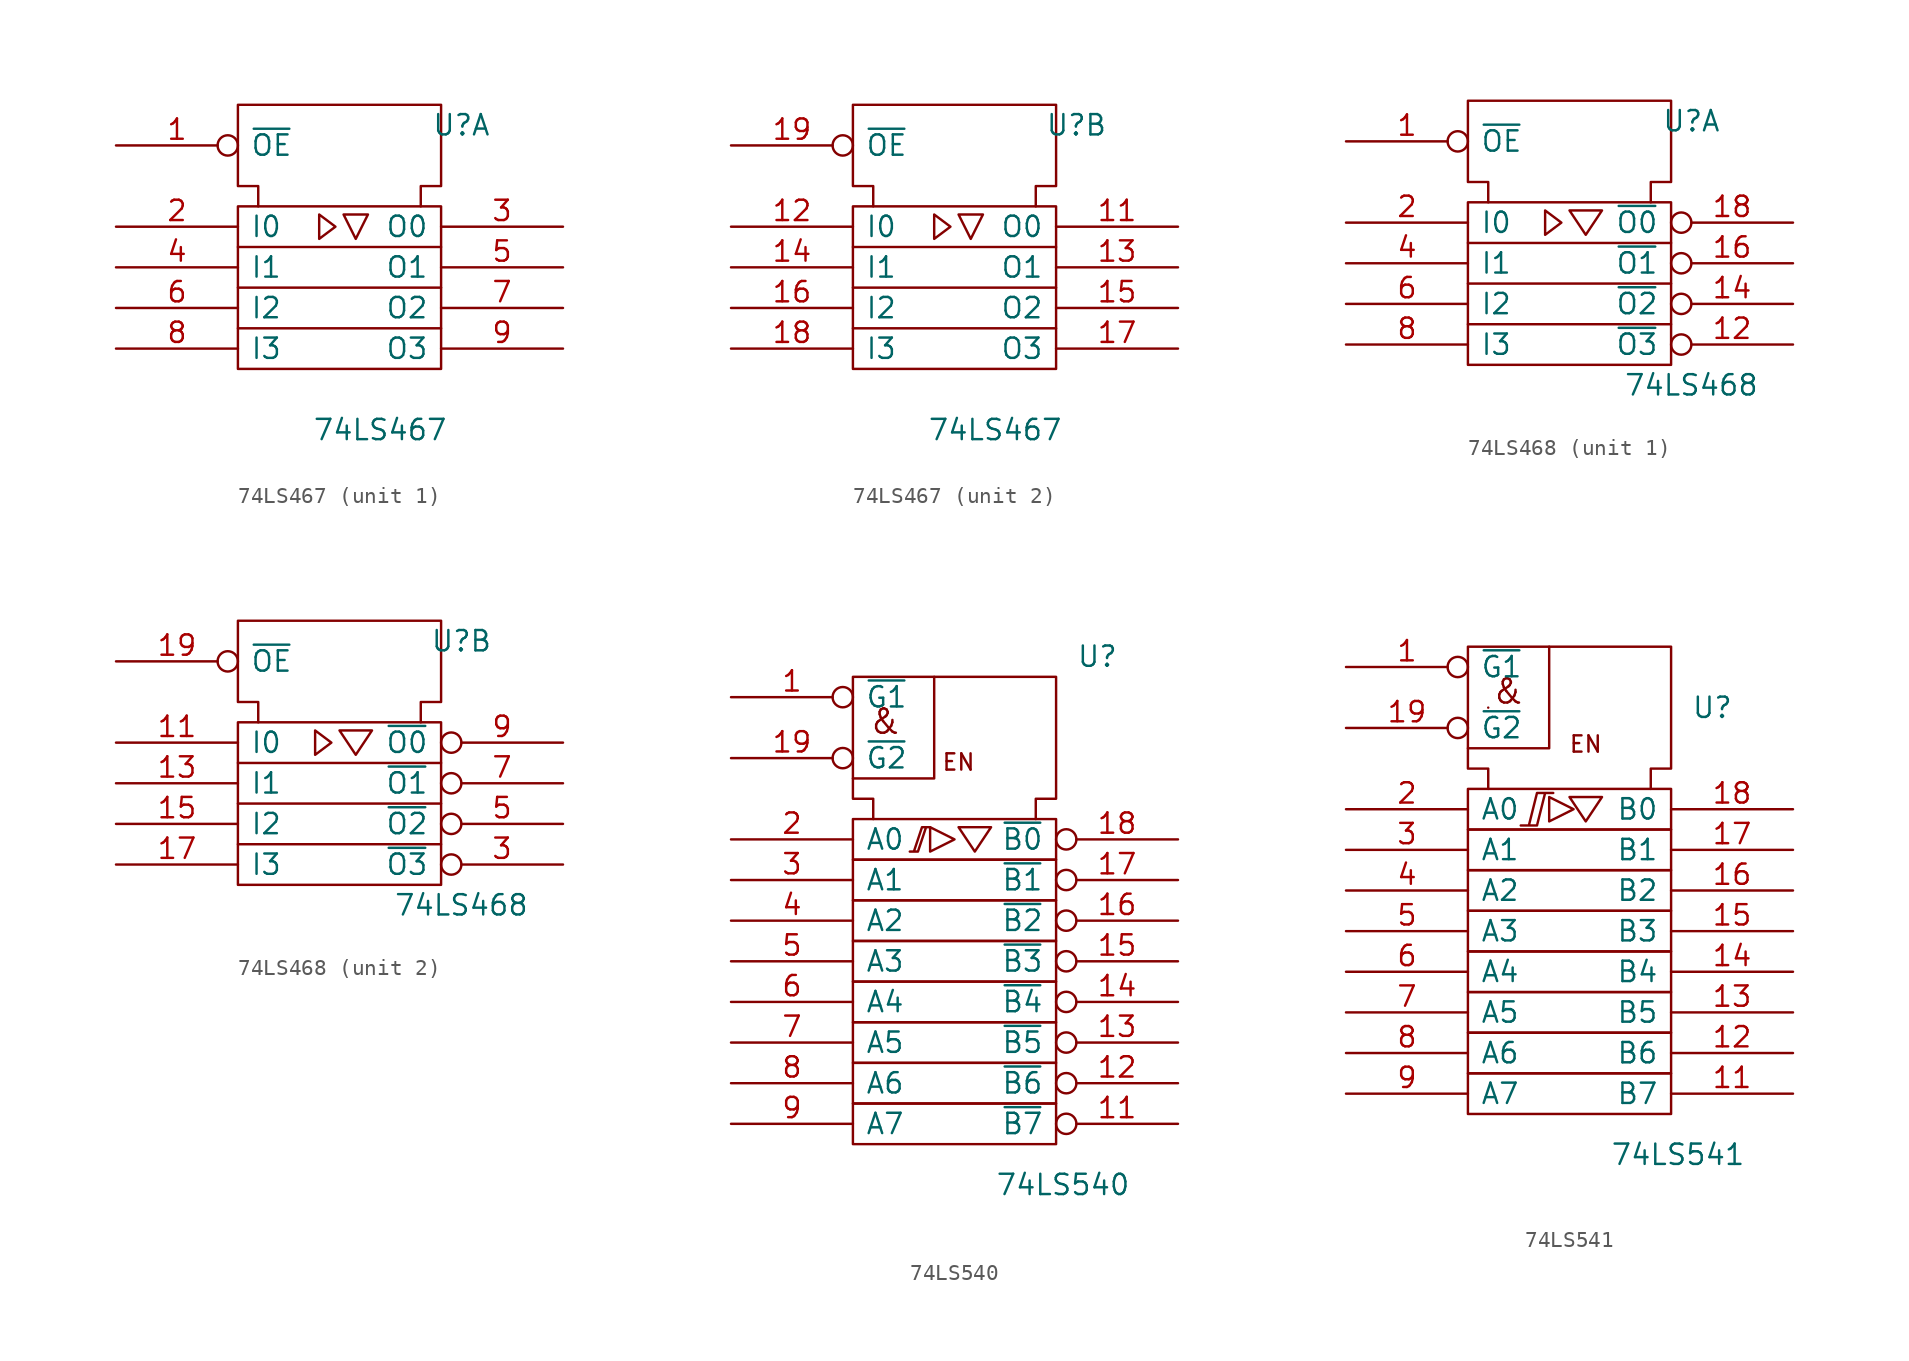
<source format=kicad_sym>
(kicad_symbol_lib
  (version 20201005)
  (generator kicad_symbol_editor)
  (symbol "74LS467"
    (pin_names
      (offset 0.762))
    (property "Reference" "U"
      (at 7.62 8.89 0)
      (effects (font (size 1.27 1.27))))
    (property "Value" "74LS467"
      (at 2.54 -10.16 0)
      (effects (font (size 1.27 1.27))))
    (symbol "74LS467_0_0"
      (polyline (pts (xy 0.254 3.302) (xy 1.778 3.302) (xy 1.016 1.778) (xy 0.254 3.302) (xy 0.254 3.302)) (stroke (width 0)) (fill (type none)))
      (pin power_in line (at 1.27 10.16 270) (length 0) hide (name "GND" (effects (font (size 1.27 1.27)))) (number "10" (effects (font (size 1.27 1.27)))))
      (pin power_in line (at 5.08 10.16 270) (length 0) hide (name "VCC" (effects (font (size 1.27 1.27)))) (number "20" (effects (font (size 1.27 1.27))))))
    (symbol "74LS467_0_1"
      (rectangle (start -6.35 3.81) (end 6.35 -6.35) (stroke (width 0)) (fill (type none)))
      (polyline (pts (xy -6.35 -1.27) (xy 6.35 -1.27) (xy 6.35 -1.27)) (stroke (width 0)) (fill (type none)))
      (polyline (pts (xy 6.35 1.27) (xy -6.35 1.27) (xy -6.35 1.27)) (stroke (width 0)) (fill (type none)))
      (polyline (pts (xy -5.08 3.81) (xy -5.08 5.08) (xy -6.35 5.08) (xy -6.35 10.16) (xy 6.35 10.16) (xy 6.35 5.08) (xy 5.08 5.08) (xy 5.08 3.81) (xy 5.08 3.81)) (stroke (width 0)) (fill (type none)))
      (polyline (pts (xy -1.27 3.302) (xy -1.27 1.778) (xy -0.254 2.54) (xy -1.27 3.302) (xy -1.27 3.302)) (stroke (width 0)) (fill (type none)))
      (polyline (pts (xy 6.35 -3.81) (xy -6.35 -3.81) (xy -6.35 -3.81)) (stroke (width 0)) (fill (type none))))
    (symbol "74LS467_1_1"
      (pin tri_state line (at 13.97 -5.08 180) (length 7.62) (name "O3" (effects (font (size 1.27 1.27)))) (number "9" (effects (font (size 1.27 1.27)))))
      (pin tri_state line (at 13.97 -2.54 180) (length 7.62) (name "O2" (effects (font (size 1.27 1.27)))) (number "7" (effects (font (size 1.27 1.27)))))
      (pin tri_state line (at 13.97 0 180) (length 7.62) (name "O1" (effects (font (size 1.27 1.27)))) (number "5" (effects (font (size 1.27 1.27)))))
      (pin tri_state line (at 13.97 2.54 180) (length 7.62) (name "O0" (effects (font (size 1.27 1.27)))) (number "3" (effects (font (size 1.27 1.27)))))
      (pin input line (at -13.97 -5.08 0) (length 7.62) (name "I3" (effects (font (size 1.27 1.27)))) (number "8" (effects (font (size 1.27 1.27)))))
      (pin input line (at -13.97 -2.54 0) (length 7.62) (name "I2" (effects (font (size 1.27 1.27)))) (number "6" (effects (font (size 1.27 1.27)))))
      (pin input line (at -13.97 0 0) (length 7.62) (name "I1" (effects (font (size 1.27 1.27)))) (number "4" (effects (font (size 1.27 1.27)))))
      (pin input line (at -13.97 2.54 0) (length 7.62) (name "I0" (effects (font (size 1.27 1.27)))) (number "2" (effects (font (size 1.27 1.27)))))
      (pin input inverted (at -13.97 7.62 0) (length 7.62) (name "~OE" (effects (font (size 1.27 1.27)))) (number "1" (effects (font (size 1.27 1.27))))))
    (symbol "74LS467_2_1"
      (pin tri_state line (at 13.97 -5.08 180) (length 7.62) (name "O3" (effects (font (size 1.27 1.27)))) (number "17" (effects (font (size 1.27 1.27)))))
      (pin tri_state line (at 13.97 -2.54 180) (length 7.62) (name "O2" (effects (font (size 1.27 1.27)))) (number "15" (effects (font (size 1.27 1.27)))))
      (pin tri_state line (at 13.97 0 180) (length 7.62) (name "O1" (effects (font (size 1.27 1.27)))) (number "13" (effects (font (size 1.27 1.27)))))
      (pin tri_state line (at 13.97 2.54 180) (length 7.62) (name "O0" (effects (font (size 1.27 1.27)))) (number "11" (effects (font (size 1.27 1.27)))))
      (pin input line (at -13.97 -5.08 0) (length 7.62) (name "I3" (effects (font (size 1.27 1.27)))) (number "18" (effects (font (size 1.27 1.27)))))
      (pin input line (at -13.97 -2.54 0) (length 7.62) (name "I2" (effects (font (size 1.27 1.27)))) (number "16" (effects (font (size 1.27 1.27)))))
      (pin input line (at -13.97 0 0) (length 7.62) (name "I1" (effects (font (size 1.27 1.27)))) (number "14" (effects (font (size 1.27 1.27)))))
      (pin input line (at -13.97 2.54 0) (length 7.62) (name "I0" (effects (font (size 1.27 1.27)))) (number "12" (effects (font (size 1.27 1.27)))))
      (pin input inverted (at -13.97 7.62 0) (length 7.62) (name "~OE" (effects (font (size 1.27 1.27)))) (number "19" (effects (font (size 1.27 1.27)))))))
  (symbol "74LS468"
    (pin_names
      (offset 0.762))
    (property "Reference" "U"
      (at 7.62 8.89 0)
      (effects (font (size 1.27 1.27))))
    (property "Value" "74LS468"
      (at 7.62 -7.62 0)
      (effects (font (size 1.27 1.27))))
    (symbol "74LS468_0_0"
      (polyline (pts (xy 0.254 3.302) (xy 2.032 3.302) (xy 1.016 1.778) (xy 0 3.302) (xy 0.254 3.302) (xy 0.254 3.302)) (stroke (width 0)) (fill (type none)))
      (polyline (pts (xy -1.524 3.302) (xy -1.524 1.778) (xy -0.508 2.54) (xy -1.524 3.302) (xy -1.524 3.302)) (stroke (width 0)) (fill (type none))))
    (symbol "74LS468_0_1"
      (rectangle (start -6.35 3.81) (end 6.35 -6.35) (stroke (width 0)) (fill (type none)))
      (polyline (pts (xy -6.35 -3.81) (xy 6.35 -3.81) (xy 6.35 -3.81)) (stroke (width 0)) (fill (type none)))
      (polyline (pts (xy -6.35 1.27) (xy 6.35 1.27) (xy 6.35 1.27)) (stroke (width 0)) (fill (type none)))
      (polyline (pts (xy -5.08 3.81) (xy -5.08 5.08) (xy -6.35 5.08) (xy -6.35 10.16) (xy 6.35 10.16) (xy 6.35 5.08) (xy 5.08 5.08) (xy 5.08 3.81) (xy 5.08 3.81)) (stroke (width 0)) (fill (type none)))
      (polyline (pts (xy -6.35 -1.27) (xy 6.35 -1.27) (xy 6.35 -1.27)) (stroke (width 0)) (fill (type none)))
      (pin power_in line (at 1.27 10.16 270) (length 0) hide (name "GND" (effects (font (size 1.27 1.27)))) (number "10" (effects (font (size 1.27 1.27)))))
      (pin power_in line (at 5.08 10.16 270) (length 0) hide (name "VCC" (effects (font (size 1.27 1.27)))) (number "20" (effects (font (size 1.27 1.27))))))
    (symbol "74LS468_1_1"
      (pin tri_state inverted (at 13.97 -5.08 180) (length 7.62) (name "~O3" (effects (font (size 1.27 1.27)))) (number "12" (effects (font (size 1.27 1.27)))))
      (pin tri_state inverted (at 13.97 -2.54 180) (length 7.62) (name "~O2" (effects (font (size 1.27 1.27)))) (number "14" (effects (font (size 1.27 1.27)))))
      (pin tri_state inverted (at 13.97 0 180) (length 7.62) (name "~O1" (effects (font (size 1.27 1.27)))) (number "16" (effects (font (size 1.27 1.27)))))
      (pin tri_state inverted (at 13.97 2.54 180) (length 7.62) (name "~O0" (effects (font (size 1.27 1.27)))) (number "18" (effects (font (size 1.27 1.27)))))
      (pin input line (at -13.97 -5.08 0) (length 7.62) (name "I3" (effects (font (size 1.27 1.27)))) (number "8" (effects (font (size 1.27 1.27)))))
      (pin input line (at -13.97 -2.54 0) (length 7.62) (name "I2" (effects (font (size 1.27 1.27)))) (number "6" (effects (font (size 1.27 1.27)))))
      (pin input line (at -13.97 0 0) (length 7.62) (name "I1" (effects (font (size 1.27 1.27)))) (number "4" (effects (font (size 1.27 1.27)))))
      (pin input line (at -13.97 2.54 0) (length 7.62) (name "I0" (effects (font (size 1.27 1.27)))) (number "2" (effects (font (size 1.27 1.27)))))
      (pin input inverted (at -13.97 7.62 0) (length 7.62) (name "~OE" (effects (font (size 1.27 1.27)))) (number "1" (effects (font (size 1.27 1.27))))))
    (symbol "74LS468_2_1"
      (pin tri_state inverted (at 13.97 -5.08 180) (length 7.62) (name "~O3" (effects (font (size 1.27 1.27)))) (number "3" (effects (font (size 1.27 1.27)))))
      (pin tri_state inverted (at 13.97 -2.54 180) (length 7.62) (name "~O2" (effects (font (size 1.27 1.27)))) (number "5" (effects (font (size 1.27 1.27)))))
      (pin tri_state inverted (at 13.97 0 180) (length 7.62) (name "~O1" (effects (font (size 1.27 1.27)))) (number "7" (effects (font (size 1.27 1.27)))))
      (pin tri_state inverted (at 13.97 2.54 180) (length 7.62) (name "~O0" (effects (font (size 1.27 1.27)))) (number "9" (effects (font (size 1.27 1.27)))))
      (pin input line (at -13.97 -5.08 0) (length 7.62) (name "I3" (effects (font (size 1.27 1.27)))) (number "17" (effects (font (size 1.27 1.27)))))
      (pin input line (at -13.97 -2.54 0) (length 7.62) (name "I2" (effects (font (size 1.27 1.27)))) (number "15" (effects (font (size 1.27 1.27)))))
      (pin input line (at -13.97 0 0) (length 7.62) (name "I1" (effects (font (size 1.27 1.27)))) (number "13" (effects (font (size 1.27 1.27)))))
      (pin input line (at -13.97 2.54 0) (length 7.62) (name "I0" (effects (font (size 1.27 1.27)))) (number "11" (effects (font (size 1.27 1.27)))))
      (pin input inverted (at -13.97 7.62 0) (length 7.62) (name "~OE" (effects (font (size 1.27 1.27)))) (number "19" (effects (font (size 1.27 1.27)))))))
  (symbol "74LS540"
    (pin_names
      (offset 0.762))
    (property "Reference" "U"
      (at 7.62 17.78 0)
      (effects (font (size 1.27 1.27)) (justify left)))
    (property "Value" "74LS540"
      (at 2.54 -15.24 0)
      (effects (font (size 1.27 1.27)) (justify left)))
    (symbol "74LS540_0_0"
      (text "EN" (at 0.254 11.176 0) (effects (font (size 1.016 1.016))))
      (text "&" (at -4.318 13.716 0) (effects (font (size 1.524 1.524))))
      (polyline (pts (xy -2.286 5.588) (xy -2.794 5.588) (xy -2.286 5.588) (xy -1.778 7.112) (xy -1.524 7.112) (xy -2.032 7.112) (xy -2.54 5.588) (xy -2.54 5.588)) (stroke (width 0)) (fill (type none)))
      (polyline (pts (xy 0.254 7.112) (xy 2.286 7.112) (xy 1.27 5.588) (xy 0.254 7.112) (xy 0.254 7.112)) (stroke (width 0)) (fill (type none)))
      (polyline (pts (xy -1.27 16.51) (xy -1.27 10.16) (xy -6.35 10.16) (xy -6.35 10.16)) (stroke (width 0)) (fill (type none)))
      (polyline (pts (xy -1.524 7.112) (xy -1.524 5.588) (xy 0 6.35) (xy -1.524 7.112) (xy -1.524 7.112)) (stroke (width 0)) (fill (type none)))
      (pin power_in line (at 1.27 16.51 270) (length 0) hide (name "GND" (effects (font (size 1.27 1.27)))) (number "10" (effects (font (size 1.27 1.27)))))
      (pin power_in line (at 5.08 16.51 270) (length 0) hide (name "VCC" (effects (font (size 1.27 1.27)))) (number "20" (effects (font (size 1.27 1.27))))))
    (symbol "74LS540_0_1"
      (rectangle (start -6.35 -7.62) (end 6.35 -10.16) (stroke (width 0)) (fill (type none)))
      (rectangle (start -6.35 5.08) (end 6.35 2.54) (stroke (width 0)) (fill (type none)))
      (rectangle (start -6.35 -2.54) (end 6.35 -5.08) (stroke (width 0)) (fill (type none)))
      (rectangle (start -6.35 0) (end 6.35 -2.54) (stroke (width 0)) (fill (type none)))
      (rectangle (start -6.35 2.54) (end 6.35 0) (stroke (width 0)) (fill (type none)))
      (rectangle (start -6.35 -5.08) (end 6.35 -7.62) (stroke (width 0)) (fill (type none)))
      (rectangle (start -6.35 7.62) (end 6.35 5.08) (stroke (width 0)) (fill (type none)))
      (rectangle (start -6.35 -10.16) (end 6.35 -12.7) (stroke (width 0)) (fill (type none)))
      (polyline (pts (xy -5.08 7.62) (xy -5.08 8.89) (xy -6.35 8.89) (xy -6.35 16.51) (xy 6.35 16.51) (xy 6.35 8.89) (xy 5.08 8.89) (xy 5.08 7.62) (xy 5.08 7.62)) (stroke (width 0)) (fill (type none))))
    (symbol "74LS540_1_1"
      (pin tri_state inverted (at 13.97 -11.43 180) (length 7.62) (name "~B7" (effects (font (size 1.27 1.27)))) (number "11" (effects (font (size 1.27 1.27)))))
      (pin tri_state inverted (at 13.97 -8.89 180) (length 7.62) (name "~B6" (effects (font (size 1.27 1.27)))) (number "12" (effects (font (size 1.27 1.27)))))
      (pin tri_state inverted (at 13.97 -6.35 180) (length 7.62) (name "~B5" (effects (font (size 1.27 1.27)))) (number "13" (effects (font (size 1.27 1.27)))))
      (pin tri_state inverted (at 13.97 -3.81 180) (length 7.62) (name "~B4" (effects (font (size 1.27 1.27)))) (number "14" (effects (font (size 1.27 1.27)))))
      (pin tri_state inverted (at 13.97 -1.27 180) (length 7.62) (name "~B3" (effects (font (size 1.27 1.27)))) (number "15" (effects (font (size 1.27 1.27)))))
      (pin tri_state inverted (at 13.97 1.27 180) (length 7.62) (name "~B2" (effects (font (size 1.27 1.27)))) (number "16" (effects (font (size 1.27 1.27)))))
      (pin tri_state inverted (at 13.97 3.81 180) (length 7.62) (name "~B1" (effects (font (size 1.27 1.27)))) (number "17" (effects (font (size 1.27 1.27)))))
      (pin tri_state inverted (at 13.97 6.35 180) (length 7.62) (name "~B0" (effects (font (size 1.27 1.27)))) (number "18" (effects (font (size 1.27 1.27)))))
      (pin tri_state line (at -13.97 -11.43 0) (length 7.62) (name "A7" (effects (font (size 1.27 1.27)))) (number "9" (effects (font (size 1.27 1.27)))))
      (pin tri_state line (at -13.97 -8.89 0) (length 7.62) (name "A6" (effects (font (size 1.27 1.27)))) (number "8" (effects (font (size 1.27 1.27)))))
      (pin tri_state line (at -13.97 -6.35 0) (length 7.62) (name "A5" (effects (font (size 1.27 1.27)))) (number "7" (effects (font (size 1.27 1.27)))))
      (pin tri_state line (at -13.97 -3.81 0) (length 7.62) (name "A4" (effects (font (size 1.27 1.27)))) (number "6" (effects (font (size 1.27 1.27)))))
      (pin tri_state line (at -13.97 -1.27 0) (length 7.62) (name "A3" (effects (font (size 1.27 1.27)))) (number "5" (effects (font (size 1.27 1.27)))))
      (pin tri_state line (at -13.97 1.27 0) (length 7.62) (name "A2" (effects (font (size 1.27 1.27)))) (number "4" (effects (font (size 1.27 1.27)))))
      (pin tri_state line (at -13.97 3.81 0) (length 7.62) (name "A1" (effects (font (size 1.27 1.27)))) (number "3" (effects (font (size 1.27 1.27)))))
      (pin tri_state line (at -13.97 6.35 0) (length 7.62) (name "A0" (effects (font (size 1.27 1.27)))) (number "2" (effects (font (size 1.27 1.27)))))
      (pin input inverted (at -13.97 11.43 0) (length 7.62) (name "~G2" (effects (font (size 1.27 1.27)))) (number "19" (effects (font (size 1.27 1.27)))))
      (pin input inverted (at -13.97 15.24 0) (length 7.62) (name "~G1" (effects (font (size 1.27 1.27)))) (number "1" (effects (font (size 1.27 1.27)))))))
  (symbol "74LS541"
    (pin_names
      (offset 0.762))
    (property "Reference" "U"
      (at 7.62 12.7 0)
      (effects (font (size 1.27 1.27)) (justify left)))
    (property "Value" "74LS541"
      (at 2.54 -15.24 0)
      (effects (font (size 1.27 1.27)) (justify left)))
    (symbol "74LS541_0_0"
      (text "EN" (at 1.016 10.414 0) (effects (font (size 1.016 1.016))))
      (text "&" (at -3.81 13.716 0) (effects (font (size 1.524 1.524))))
      (polyline (pts (xy -3.048 5.334) (xy -2.032 5.334) (xy -1.524 7.366) (xy -1.016 7.366) (xy -2.032 7.366) (xy -2.54 5.334) (xy -2.54 5.334)) (stroke (width 0)) (fill (type none)))
      (polyline (pts (xy 0 7.112) (xy 2.032 7.112) (xy 1.016 5.588) (xy 0 7.112) (xy 0 7.112)) (stroke (width 0)) (fill (type none)))
      (polyline (pts (xy -1.27 7.112) (xy -1.27 5.588) (xy 0.254 6.35) (xy -1.27 7.112) (xy -1.27 7.112)) (stroke (width 0)) (fill (type none)))
      (polyline (pts (xy -1.27 16.51) (xy -1.27 10.16) (xy -6.35 10.16) (xy -6.35 10.16)) (stroke (width 0)) (fill (type none)))
      (polyline (pts (xy -5.08 12.7) (xy -5.08 12.7) (xy -5.08 12.7)) (stroke (width 0)) (fill (type none)))
      (pin power_in line (at 1.27 16.51 270) (length 0) hide (name "GND" (effects (font (size 1.27 1.27)))) (number "10" (effects (font (size 1.27 1.27)))))
      (pin power_in line (at 5.08 16.51 270) (length 0) hide (name "VCC" (effects (font (size 1.27 1.27)))) (number "20" (effects (font (size 1.27 1.27))))))
    (symbol "74LS541_0_1"
      (rectangle (start -6.35 5.08) (end 6.35 2.54) (stroke (width 0)) (fill (type none)))
      (rectangle (start -6.35 -10.16) (end 6.35 -12.7) (stroke (width 0)) (fill (type none)))
      (rectangle (start -6.35 -2.54) (end 6.35 -5.08) (stroke (width 0)) (fill (type none)))
      (rectangle (start -6.35 0) (end 6.35 -2.54) (stroke (width 0)) (fill (type none)))
      (rectangle (start -6.35 7.62) (end 6.35 5.08) (stroke (width 0)) (fill (type none)))
      (rectangle (start -6.35 -7.62) (end 6.35 -10.16) (stroke (width 0)) (fill (type none)))
      (rectangle (start -6.35 -5.08) (end 6.35 -7.62) (stroke (width 0)) (fill (type none)))
      (rectangle (start -6.35 2.54) (end 6.35 0) (stroke (width 0)) (fill (type none)))
      (polyline (pts (xy -5.08 7.62) (xy -5.08 8.89) (xy -6.35 8.89) (xy -6.35 16.51) (xy 6.35 16.51) (xy 6.35 8.89) (xy 5.08 8.89) (xy 5.08 7.62) (xy 5.08 7.62)) (stroke (width 0)) (fill (type none))))
    (symbol "74LS541_1_1"
      (pin tri_state line (at 13.97 -11.43 180) (length 7.62) (name "B7" (effects (font (size 1.27 1.27)))) (number "11" (effects (font (size 1.27 1.27)))))
      (pin tri_state line (at 13.97 -8.89 180) (length 7.62) (name "B6" (effects (font (size 1.27 1.27)))) (number "12" (effects (font (size 1.27 1.27)))))
      (pin tri_state line (at 13.97 -6.35 180) (length 7.62) (name "B5" (effects (font (size 1.27 1.27)))) (number "13" (effects (font (size 1.27 1.27)))))
      (pin tri_state line (at 13.97 -3.81 180) (length 7.62) (name "B4" (effects (font (size 1.27 1.27)))) (number "14" (effects (font (size 1.27 1.27)))))
      (pin tri_state line (at 13.97 -1.27 180) (length 7.62) (name "B3" (effects (font (size 1.27 1.27)))) (number "15" (effects (font (size 1.27 1.27)))))
      (pin tri_state line (at 13.97 1.27 180) (length 7.62) (name "B2" (effects (font (size 1.27 1.27)))) (number "16" (effects (font (size 1.27 1.27)))))
      (pin tri_state line (at 13.97 3.81 180) (length 7.62) (name "B1" (effects (font (size 1.27 1.27)))) (number "17" (effects (font (size 1.27 1.27)))))
      (pin tri_state line (at 13.97 6.35 180) (length 7.62) (name "B0" (effects (font (size 1.27 1.27)))) (number "18" (effects (font (size 1.27 1.27)))))
      (pin tri_state line (at -13.97 -11.43 0) (length 7.62) (name "A7" (effects (font (size 1.27 1.27)))) (number "9" (effects (font (size 1.27 1.27)))))
      (pin tri_state line (at -13.97 -8.89 0) (length 7.62) (name "A6" (effects (font (size 1.27 1.27)))) (number "8" (effects (font (size 1.27 1.27)))))
      (pin tri_state line (at -13.97 -6.35 0) (length 7.62) (name "A5" (effects (font (size 1.27 1.27)))) (number "7" (effects (font (size 1.27 1.27)))))
      (pin tri_state line (at -13.97 -3.81 0) (length 7.62) (name "A4" (effects (font (size 1.27 1.27)))) (number "6" (effects (font (size 1.27 1.27)))))
      (pin tri_state line (at -13.97 -1.27 0) (length 7.62) (name "A3" (effects (font (size 1.27 1.27)))) (number "5" (effects (font (size 1.27 1.27)))))
      (pin tri_state line (at -13.97 1.27 0) (length 7.62) (name "A2" (effects (font (size 1.27 1.27)))) (number "4" (effects (font (size 1.27 1.27)))))
      (pin tri_state line (at -13.97 3.81 0) (length 7.62) (name "A1" (effects (font (size 1.27 1.27)))) (number "3" (effects (font (size 1.27 1.27)))))
      (pin tri_state line (at -13.97 6.35 0) (length 7.62) (name "A0" (effects (font (size 1.27 1.27)))) (number "2" (effects (font (size 1.27 1.27)))))
      (pin input inverted (at -13.97 11.43 0) (length 7.62) (name "~G2" (effects (font (size 1.27 1.27)))) (number "19" (effects (font (size 1.27 1.27)))))
      (pin input inverted (at -13.97 15.24 0) (length 7.62) (name "~G1" (effects (font (size 1.27 1.27)))) (number "1" (effects (font (size 1.27 1.27))))))))
</source>
